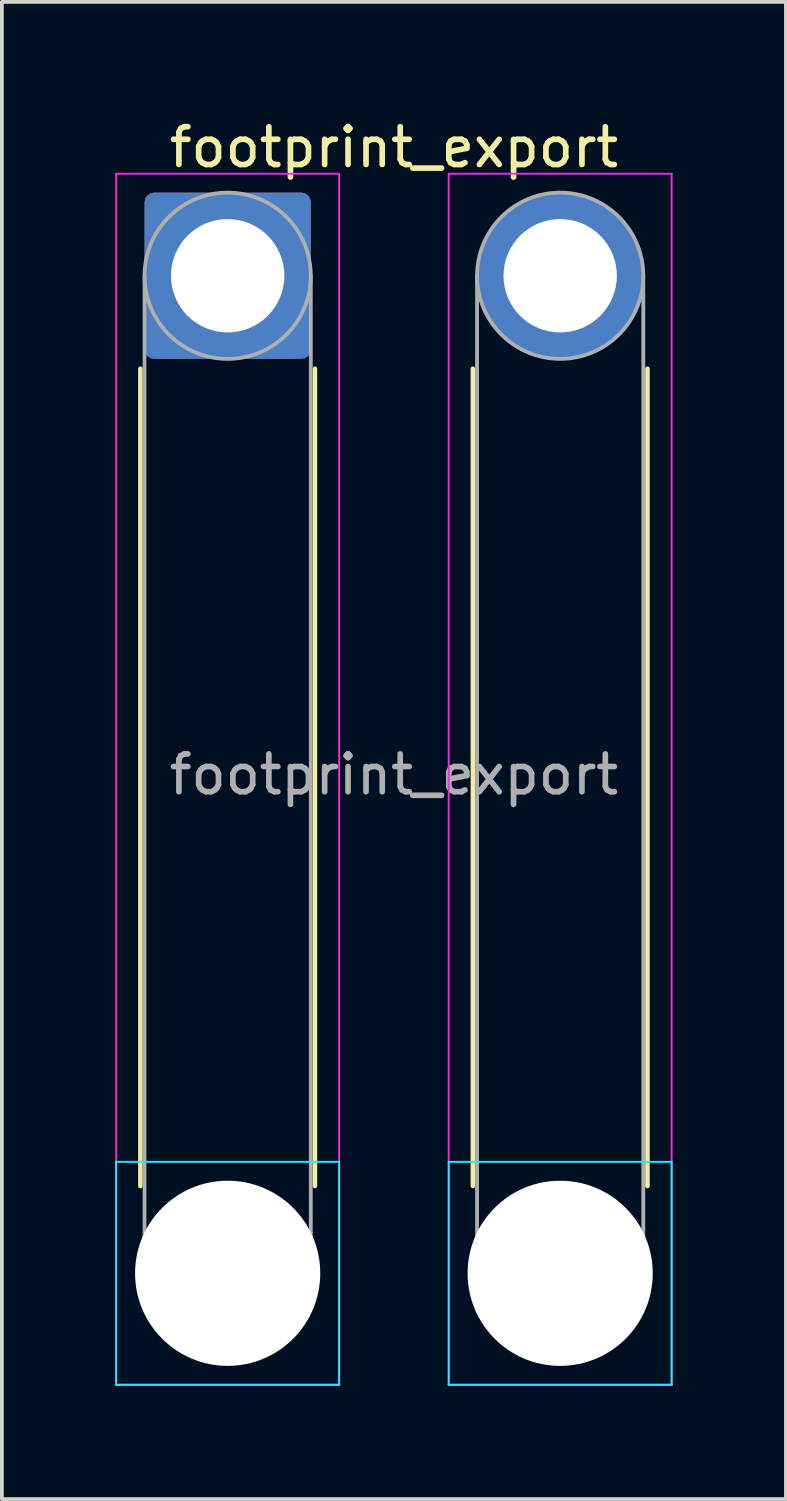
<source format=kicad_pcb>
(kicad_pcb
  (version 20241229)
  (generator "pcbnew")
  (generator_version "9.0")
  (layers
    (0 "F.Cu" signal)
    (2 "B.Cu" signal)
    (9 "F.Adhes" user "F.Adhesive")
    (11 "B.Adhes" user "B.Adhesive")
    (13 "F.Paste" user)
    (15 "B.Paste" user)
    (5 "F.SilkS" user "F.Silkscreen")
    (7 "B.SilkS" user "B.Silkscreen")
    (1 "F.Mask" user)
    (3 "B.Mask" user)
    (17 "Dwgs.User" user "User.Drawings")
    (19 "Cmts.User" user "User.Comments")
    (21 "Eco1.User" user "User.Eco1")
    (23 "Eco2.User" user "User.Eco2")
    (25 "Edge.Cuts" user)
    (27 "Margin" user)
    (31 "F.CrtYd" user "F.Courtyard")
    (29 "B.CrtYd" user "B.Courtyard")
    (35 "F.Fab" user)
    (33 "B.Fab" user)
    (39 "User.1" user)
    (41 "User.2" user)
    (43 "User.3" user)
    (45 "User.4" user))
  (footprint "footprint_export"
    (layer "F.Cu")
    (at 2.975 4.248)
    (property "Reference" "footprint_export" (at 4.4 -3.4 0) (layer "F.SilkS") (effects (font (size 1 1) (thickness 0.15))))
    (attr exclude_from_pos_files exclude_from_bom)
    (fp_line (start -2.31 2.46) (end -2.31 24.09) (stroke (width 0.12) (type solid)) (layer "F.SilkS"))
    (fp_line (start 2.31 2.46) (end 2.31 24.09) (stroke (width 0.12) (type solid)) (layer "F.SilkS"))
    (fp_line (start 6.49 2.46) (end 6.49 24.09) (stroke (width 0.12) (type solid)) (layer "F.SilkS"))
    (fp_line (start 11.11 2.46) (end 11.11 24.09) (stroke (width 0.12) (type solid)) (layer "F.SilkS"))
    (fp_line (start -2.95 23.45) (end -2.95 29.35) (stroke (width 0.05) (type solid)) (layer "B.CrtYd"))
    (fp_line (start -2.95 29.35) (end 2.95 29.35) (stroke (width 0.05) (type solid)) (layer "B.CrtYd"))
    (fp_line (start 2.95 23.45) (end -2.95 23.45) (stroke (width 0.05) (type solid)) (layer "B.CrtYd"))
    (fp_line (start 2.95 29.35) (end 2.95 23.45) (stroke (width 0.05) (type solid)) (layer "B.CrtYd"))
    (fp_line (start 5.85 23.45) (end 5.85 29.35) (stroke (width 0.05) (type solid)) (layer "B.CrtYd"))
    (fp_line (start 5.85 29.35) (end 11.75 29.35) (stroke (width 0.05) (type solid)) (layer "B.CrtYd"))
    (fp_line (start 11.75 23.45) (end 5.85 23.45) (stroke (width 0.05) (type solid)) (layer "B.CrtYd"))
    (fp_line (start 11.75 29.35) (end 11.75 23.45) (stroke (width 0.05) (type solid)) (layer "B.CrtYd"))
    (fp_line (start -2.95 -2.7) (end -2.95 29.35) (stroke (width 0.05) (type solid)) (layer "F.CrtYd"))
    (fp_line (start -2.95 29.35) (end 2.95 29.35) (stroke (width 0.05) (type solid)) (layer "F.CrtYd"))
    (fp_line (start 2.95 -2.7) (end -2.95 -2.7) (stroke (width 0.05) (type solid)) (layer "F.CrtYd"))
    (fp_line (start 2.95 29.35) (end 2.95 -2.7) (stroke (width 0.05) (type solid)) (layer "F.CrtYd"))
    (fp_line (start 5.85 -2.7) (end 5.85 29.35) (stroke (width 0.05) (type solid)) (layer "F.CrtYd"))
    (fp_line (start 5.85 29.35) (end 11.75 29.35) (stroke (width 0.05) (type solid)) (layer "F.CrtYd"))
    (fp_line (start 11.75 -2.7) (end 5.85 -2.7) (stroke (width 0.05) (type solid)) (layer "F.CrtYd"))
    (fp_line (start 11.75 29.35) (end 11.75 -2.7) (stroke (width 0.05) (type solid)) (layer "F.CrtYd"))
    (fp_line (start -2.2 0) (end -2.2 26.4) (stroke (width 0.1) (type solid)) (layer "F.Fab"))
    (fp_line (start 2.2 0) (end 2.2 26.4) (stroke (width 0.1) (type solid)) (layer "F.Fab"))
    (fp_line (start 6.6 0) (end 6.6 26.4) (stroke (width 0.1) (type solid)) (layer "F.Fab"))
    (fp_line (start 11 0) (end 11 26.4) (stroke (width 0.1) (type solid)) (layer "F.Fab"))
    (fp_circle (center 0 0) (end 2.2 0) (stroke (width 0.1) (type solid)) (fill no) (layer "F.Fab"))
    (fp_circle (center 0 26.4) (end 2.2 26.4) (stroke (width 0.1) (type solid)) (fill no) (layer "F.Fab"))
    (fp_circle (center 8.8 0) (end 11 0) (stroke (width 0.1) (type solid)) (fill no) (layer "F.Fab"))
    (fp_circle (center 8.8 26.4) (end 11 26.4) (stroke (width 0.1) (type solid)) (fill no) (layer "F.Fab"))
    (fp_text user "${REFERENCE}" (at 4.4 13.2 0) (layer "F.Fab") (effects (font (size 1 1) (thickness 0.15))))
    (pad "" np_thru_hole circle (at 0 26.4) (size 4.9 4.9) (drill 4.9) (layers "*.Cu" "*.Mask"))
    (pad "" np_thru_hole circle (at 8.8 26.4) (size 4.9 4.9) (drill 4.9) (layers "*.Cu" "*.Mask"))
    (pad "1" thru_hole roundrect (at 0 0) (size 4.4 4.4) (drill 3) (layers "*.Cu" "*.Mask") (roundrect_rratio 0.057))
    (pad "2" thru_hole circle (at 8.8 0) (size 4.4 4.4) (drill 3) (layers "*.Cu" "*.Mask")))
  (gr_rect
    (start -3 -3)
    (end 17.75 36.623)
    (stroke (width 0.1) (type default))
    (fill no)
    (layer "Edge.Cuts")))
</source>
